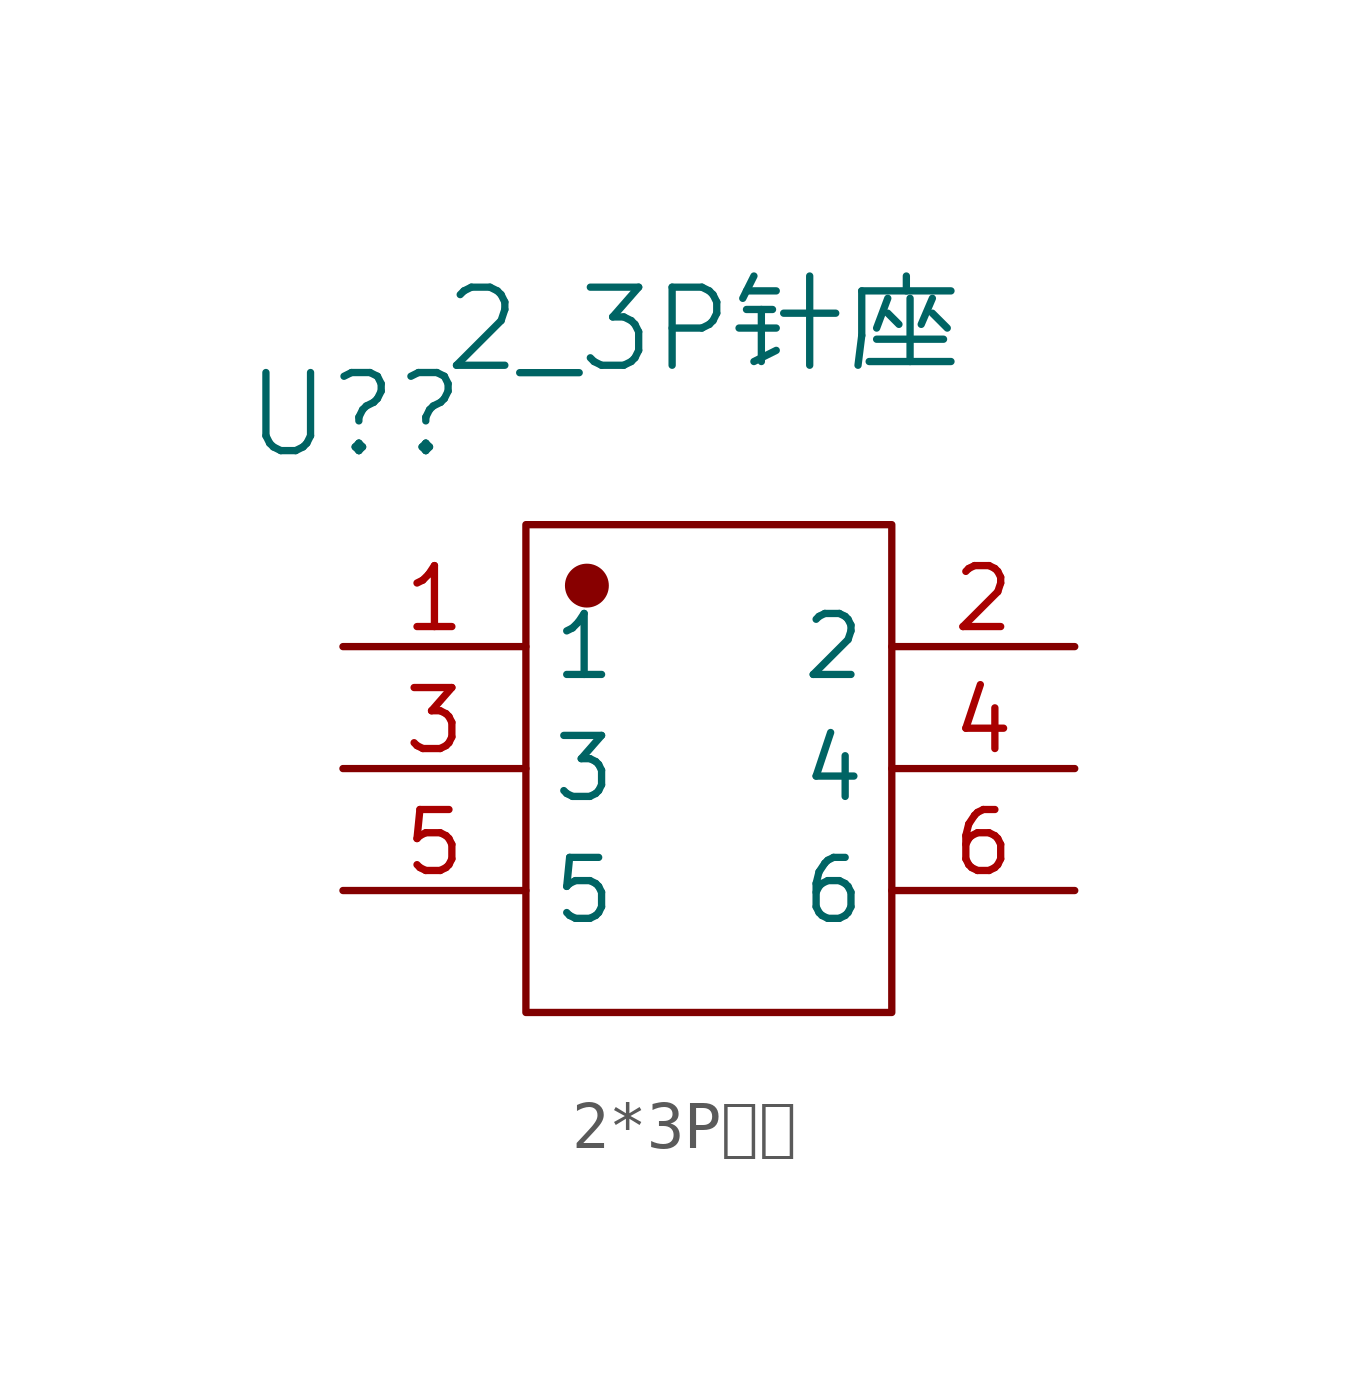
<source format=kicad_sym>
(kicad_symbol_lib
  (version 20241209)
  (generator "kicad_symbol_editor")
  (generator_version "9.0")
  (symbol "2*3P针座"
    (property "Reference" "U?"
      (at -6.096 7.366 0)
      (effects (font (size 1.626 1.626))))
    (property "Value" "2_3P针座"
      (at -4.318 9.144 0)
      (effects (font (size 1.626 1.626)) (justify left)))
    (symbol "2*3P针座_1_0"
      (circle (center -1.27 3.81) (radius 0.381) (stroke (width 0) (type solid) (color 136 0 0 1)) (fill (type outline)))
      (rectangle (start 5.08 5.08) (end -2.54 -5.08) (stroke (width 0) (type solid) (color 128 0 0 1)) (fill (type none)))
      (pin passive line (at -6.35 2.54 0) (length 3.81) (name "1" (effects (font (size 1.27 1.27)))) (number "1" (effects (font (size 1.27 1.27)))))
      (pin passive line (at -6.35 0 0) (length 3.81) (name "3" (effects (font (size 1.27 1.27)))) (number "3" (effects (font (size 1.27 1.27)))))
      (pin passive line (at -6.35 -2.54 0) (length 3.81) (name "5" (effects (font (size 1.27 1.27)))) (number "5" (effects (font (size 1.27 1.27)))))
      (pin passive line (at 8.89 2.54 180) (length 3.81) (name "2" (effects (font (size 1.27 1.27)))) (number "2" (effects (font (size 1.27 1.27)))))
      (pin passive line (at 8.89 0 180) (length 3.81) (name "4" (effects (font (size 1.27 1.27)))) (number "4" (effects (font (size 1.27 1.27)))))
      (pin passive line (at 8.89 -2.54 180) (length 3.81) (name "6" (effects (font (size 1.27 1.27)))) (number "6" (effects (font (size 1.27 1.27))))))))
</source>
